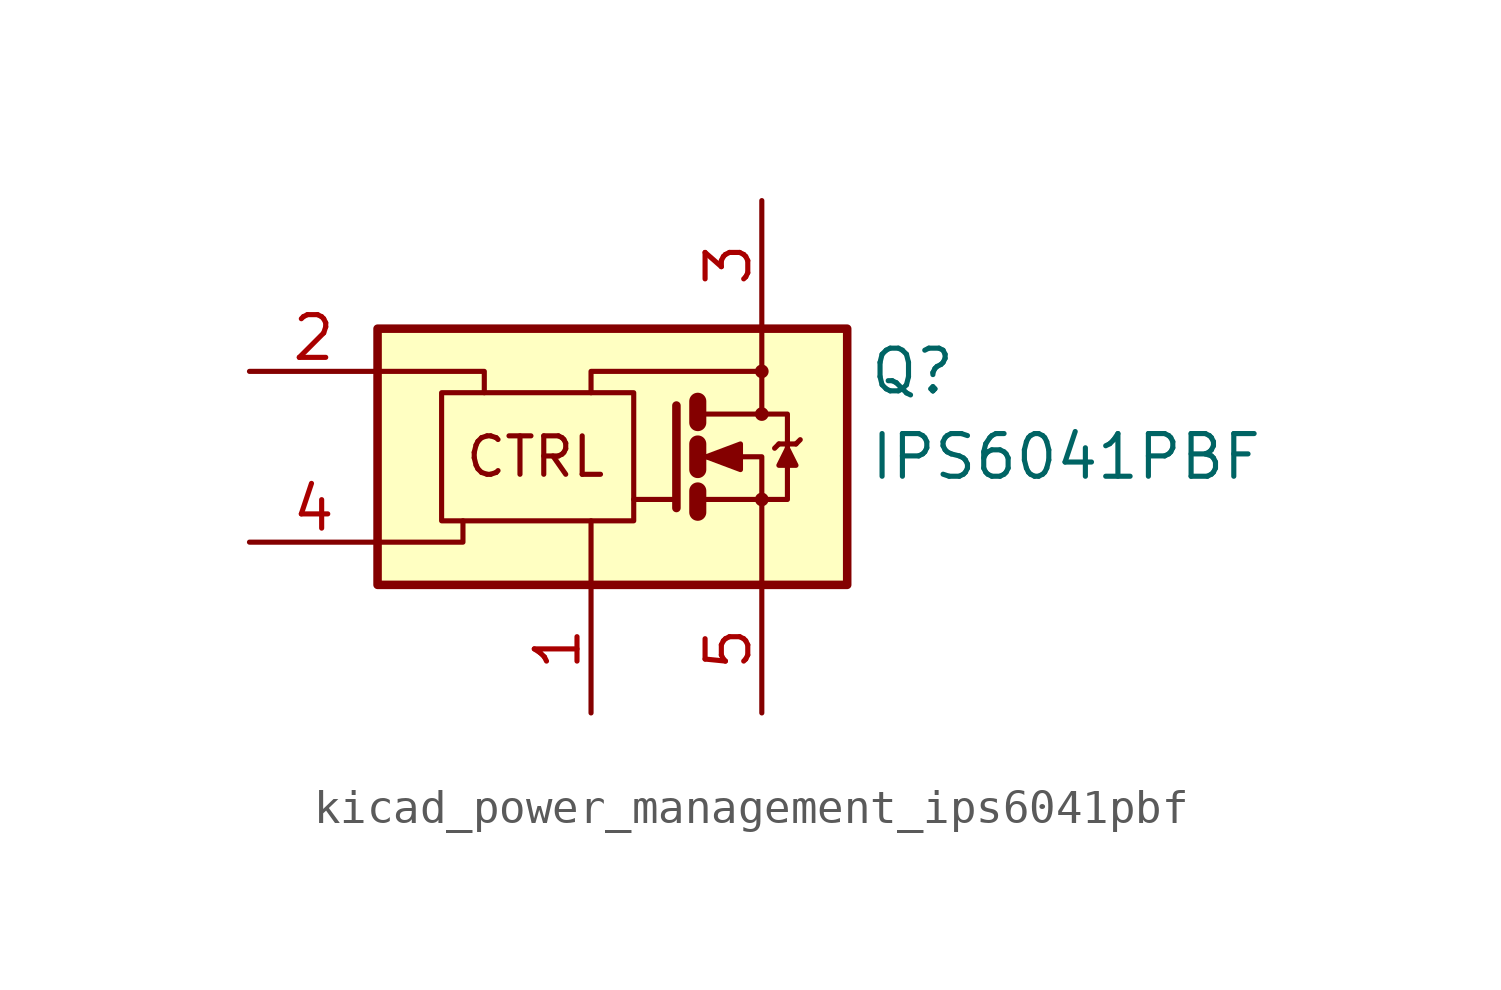
<source format=kicad_sym>
(kicad_symbol_lib
  (version 20220914)
  (generator kicad_symbol_editor)
  (symbol "kicad_power_management_ips6041pbf"
    (pin_names
      (offset 0) hide)
    (property "Reference" "Q"
      (at 8.255 2.54 0)
      (effects (font (size 1.27 1.27)) (justify left)))
    (property "Value" "IPS6041PBF"
      (at 8.255 0 0)
      (effects (font (size 1.27 1.27)) (justify left)))
    (symbol "kicad_power_management_ips6041pbf_0_0"
      (rectangle (start -6.35 3.81) (end 7.62 -3.81) (stroke (width 0.254) (type default)) (fill (type background)))
      (polyline (pts (xy 0 -3.81) (xy 0 -1.905)) (stroke (width 0) (type default)) (fill (type none)))
      (polyline (pts (xy -6.35 -2.54) (xy -3.81 -2.54) (xy -3.81 -1.905)) (stroke (width 0) (type default)) (fill (type none)))
      (polyline (pts (xy -6.35 2.54) (xy -3.175 2.54) (xy -3.175 1.905)) (stroke (width 0) (type default)) (fill (type none)))
      (polyline (pts (xy 0 1.905) (xy 0 2.54) (xy 5.08 2.54)) (stroke (width 0) (type default)) (fill (type none)))
      (circle (center 5.08 2.54) (radius 0.127) (stroke (width 0) (type default)) (fill (type none)))
      (text "CTRL" (at -1.651 0 0) (effects (font (size 1.143 1.143)))))
    (symbol "kicad_power_management_ips6041pbf_0_1"
      (rectangle (start -4.445 1.905) (end 1.27 -1.905) (stroke (width 0) (type default)) (fill (type none)))
      (polyline (pts (xy 2.54 -1.27) (xy 1.27 -1.27)) (stroke (width 0) (type default)) (fill (type none)))
      (polyline (pts (xy 3.175 -1.016) (xy 3.175 -1.651)) (stroke (width 0.508) (type default)) (fill (type none)))
      (polyline (pts (xy 3.175 0.381) (xy 3.175 -0.381)) (stroke (width 0.508) (type default)) (fill (type none)))
      (polyline (pts (xy 3.175 1.651) (xy 3.175 1.016)) (stroke (width 0.508) (type default)) (fill (type none)))
      (polyline (pts (xy 3.302 -1.27) (xy 5.08 -1.27)) (stroke (width 0) (type default)) (fill (type none)))
      (polyline (pts (xy 5.588 0.381) (xy 5.461 0.254)) (stroke (width 0) (type default)) (fill (type none)))
      (polyline (pts (xy 5.588 0.381) (xy 6.096 0.381)) (stroke (width 0) (type default)) (fill (type none)))
      (polyline (pts (xy 6.096 0.381) (xy 6.223 0.508)) (stroke (width 0) (type default)) (fill (type none)))
      (polyline (pts (xy 2.54 1.524) (xy 2.54 -1.524) (xy 2.54 -1.524)) (stroke (width 0.254) (type default)) (fill (type none)))
      (polyline (pts (xy 3.302 0) (xy 5.08 0) (xy 5.08 -3.81)) (stroke (width 0) (type default)) (fill (type none)))
      (polyline (pts (xy 3.302 1.27) (xy 5.08 1.27) (xy 5.08 3.81)) (stroke (width 0) (type default)) (fill (type none)))
      (polyline (pts (xy 5.08 -1.27) (xy 5.842 -1.27) (xy 5.842 1.27) (xy 5.08 1.27)) (stroke (width 0) (type default)) (fill (type none)))
      (polyline (pts (xy 5.842 0.254) (xy 5.588 -0.254) (xy 6.096 -0.254) (xy 5.842 0.254)) (stroke (width 0) (type default)) (fill (type outline)))
      (polyline (pts (xy 3.429 0) (xy 4.445 0.381) (xy 4.445 -0.381) (xy 3.429 0) (xy 3.556 0) (xy 3.556 0)) (stroke (width 0) (type default)) (fill (type outline)))
      (circle (center 5.08 -1.27) (radius 0.127) (stroke (width 0) (type default)) (fill (type none)))
      (circle (center 5.08 1.27) (radius 0.127) (stroke (width 0) (type default)) (fill (type none))))
    (symbol "kicad_power_management_ips6041pbf_1_1"
      (pin power_in line (at 0 -7.62 90) (length 3.81) (name "GND" (effects (font (size 1.27 1.27)))) (number "1" (effects (font (size 1.27 1.27)))))
      (pin input line (at -10.16 2.54 0) (length 3.81) (name "IN" (effects (font (size 1.27 1.27)))) (number "2" (effects (font (size 1.27 1.27)))))
      (pin power_in line (at 5.08 7.62 270) (length 3.81) (name "VCC" (effects (font (size 1.27 1.27)))) (number "3" (effects (font (size 1.27 1.27)))))
      (pin bidirectional line (at -10.16 -2.54 0) (length 3.81) (name "DG" (effects (font (size 1.27 1.27)))) (number "4" (effects (font (size 1.27 1.27)))))
      (pin output line (at 5.08 -7.62 90) (length 3.81) (name "OUT" (effects (font (size 1.27 1.27)))) (number "5" (effects (font (size 1.27 1.27))))))))
</source>
